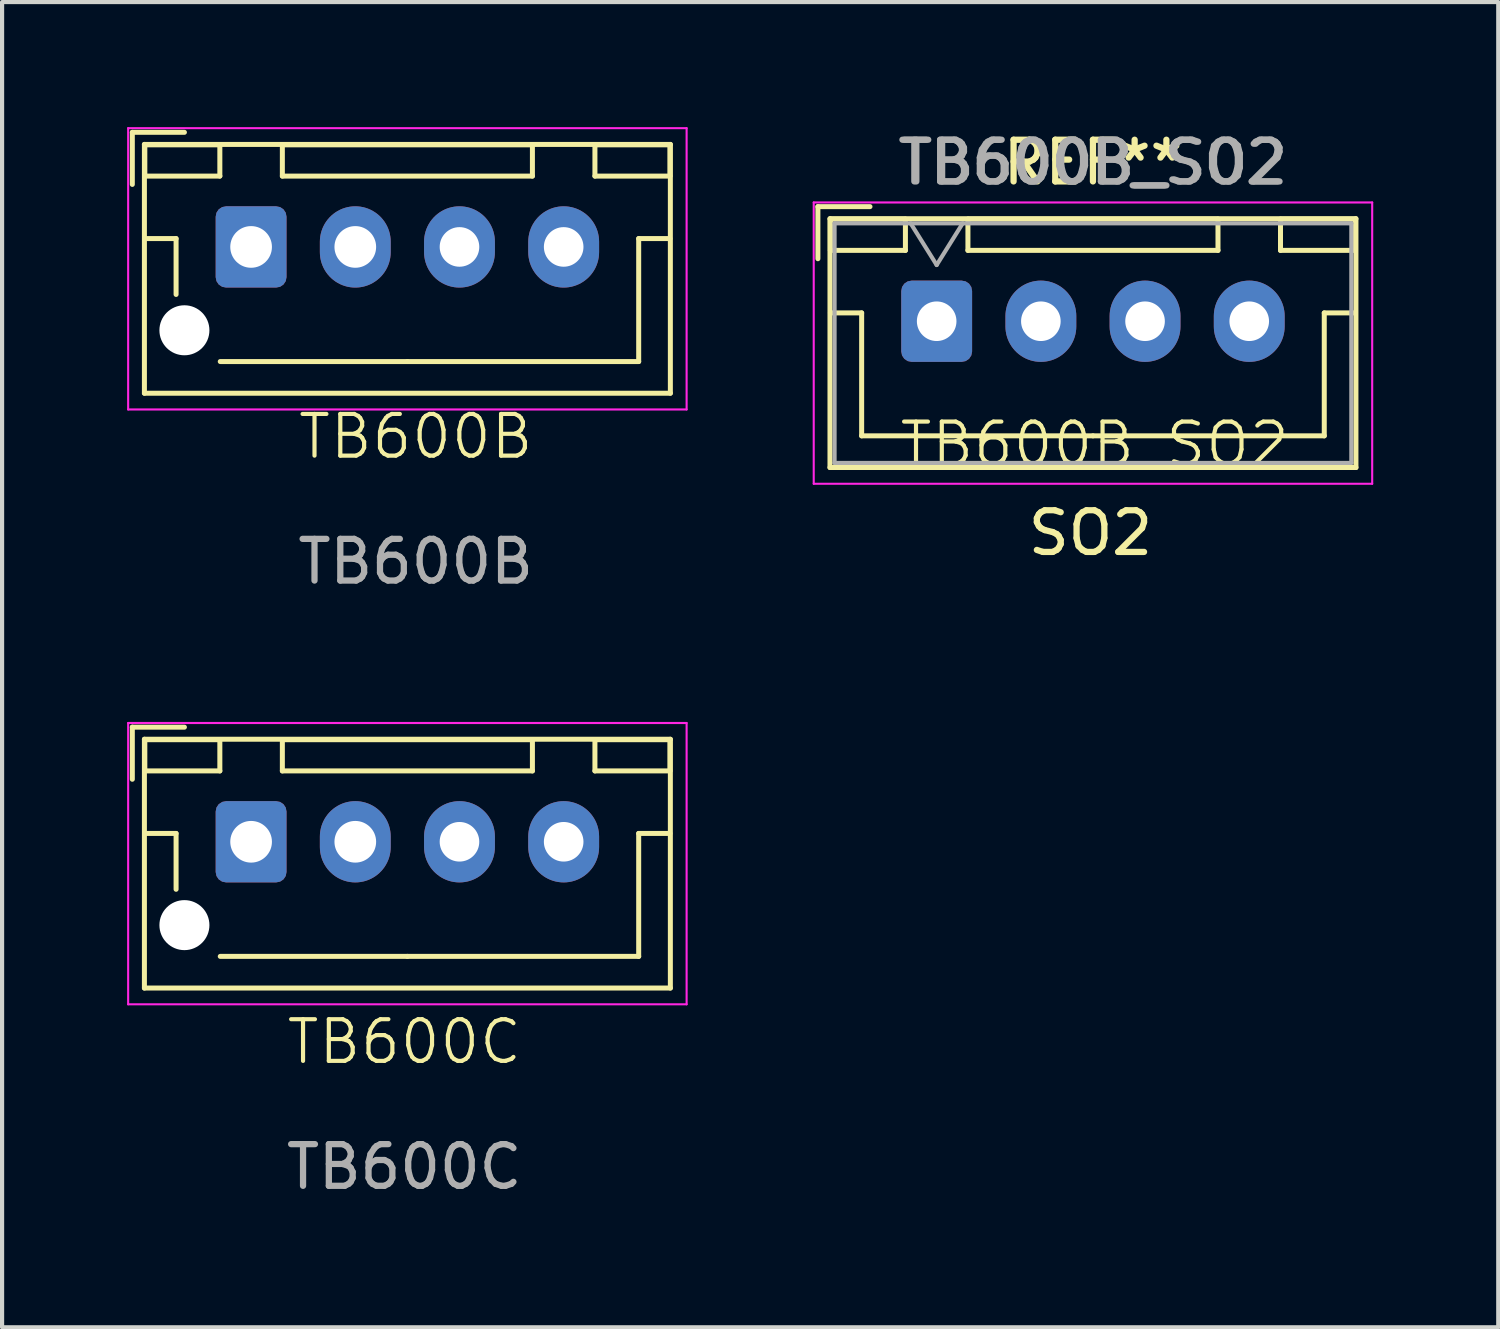
<source format=kicad_pcb>
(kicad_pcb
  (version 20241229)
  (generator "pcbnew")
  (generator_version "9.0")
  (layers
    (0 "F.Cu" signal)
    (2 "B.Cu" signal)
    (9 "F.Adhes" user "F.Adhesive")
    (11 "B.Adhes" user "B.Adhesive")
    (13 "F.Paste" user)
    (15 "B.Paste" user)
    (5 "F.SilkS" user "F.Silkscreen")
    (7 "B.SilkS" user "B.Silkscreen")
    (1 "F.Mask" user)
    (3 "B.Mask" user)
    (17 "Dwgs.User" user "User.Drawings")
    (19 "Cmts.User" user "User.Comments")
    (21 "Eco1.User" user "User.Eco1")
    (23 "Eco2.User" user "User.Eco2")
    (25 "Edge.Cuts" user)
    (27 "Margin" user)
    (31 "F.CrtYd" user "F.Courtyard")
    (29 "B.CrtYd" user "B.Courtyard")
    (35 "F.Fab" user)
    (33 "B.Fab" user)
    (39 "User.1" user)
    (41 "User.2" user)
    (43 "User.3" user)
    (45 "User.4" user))
  (footprint "TB600C"
    (layer "F.Cu")
    (at 6.65 18.748)
    (property "Reference" "TB600C" (at 0 3.2 0) (unlocked yes) (layer "F.SilkS") (effects (font (size 1 1) (thickness 0.1))))
    (attr smd)
    (fp_line (start -6.525 -4.35) (end -6.525 -3.1) (stroke (width 0.12) (type solid)) (layer "F.SilkS"))
    (fp_line (start -6.235 -4.06) (end -6.235 1.91) (stroke (width 0.12) (type solid)) (layer "F.SilkS"))
    (fp_line (start -6.235 1.91) (end 6.385 1.91) (stroke (width 0.12) (type solid)) (layer "F.SilkS"))
    (fp_line (start -6.225 -4.05) (end -6.225 -3.3) (stroke (width 0.12) (type solid)) (layer "F.SilkS"))
    (fp_line (start -6.225 -3.3) (end -4.425 -3.3) (stroke (width 0.12) (type solid)) (layer "F.SilkS"))
    (fp_line (start -6.225 -1.8) (end -5.475 -1.8) (stroke (width 0.12) (type solid)) (layer "F.SilkS"))
    (fp_line (start -5.475 -1.8) (end -5.475 -0.46) (stroke (width 0.12) (type solid)) (layer "F.SilkS"))
    (fp_line (start -5.275 -4.35) (end -6.525 -4.35) (stroke (width 0.12) (type solid)) (layer "F.SilkS"))
    (fp_line (start -4.425 -4.05) (end -6.225 -4.05) (stroke (width 0.12) (type solid)) (layer "F.SilkS"))
    (fp_line (start -4.425 -3.3) (end -4.425 -4.05) (stroke (width 0.12) (type solid)) (layer "F.SilkS"))
    (fp_line (start -2.925 -4.05) (end -2.925 -3.3) (stroke (width 0.12) (type solid)) (layer "F.SilkS"))
    (fp_line (start -2.925 -3.3) (end 3.075 -3.3) (stroke (width 0.12) (type solid)) (layer "F.SilkS"))
    (fp_line (start 0.075 1.15) (end -4.415 1.15) (stroke (width 0.12) (type solid)) (layer "F.SilkS"))
    (fp_line (start 3.075 -4.05) (end -2.925 -4.05) (stroke (width 0.12) (type solid)) (layer "F.SilkS"))
    (fp_line (start 3.075 -3.3) (end 3.075 -4.05) (stroke (width 0.12) (type solid)) (layer "F.SilkS"))
    (fp_line (start 4.575 -4.05) (end 4.575 -3.3) (stroke (width 0.12) (type solid)) (layer "F.SilkS"))
    (fp_line (start 4.575 -3.3) (end 6.375 -3.3) (stroke (width 0.12) (type solid)) (layer "F.SilkS"))
    (fp_line (start 5.625 -1.8) (end 5.625 1.15) (stroke (width 0.12) (type solid)) (layer "F.SilkS"))
    (fp_line (start 5.625 1.15) (end 0.075 1.15) (stroke (width 0.12) (type solid)) (layer "F.SilkS"))
    (fp_line (start 6.375 -4.05) (end 4.575 -4.05) (stroke (width 0.12) (type solid)) (layer "F.SilkS"))
    (fp_line (start 6.375 -3.3) (end 6.375 -4.05) (stroke (width 0.12) (type solid)) (layer "F.SilkS"))
    (fp_line (start 6.375 -1.8) (end 5.625 -1.8) (stroke (width 0.12) (type solid)) (layer "F.SilkS"))
    (fp_line (start 6.385 -4.06) (end -6.235 -4.06) (stroke (width 0.12) (type solid)) (layer "F.SilkS"))
    (fp_line (start 6.385 1.91) (end 6.385 -4.06) (stroke (width 0.12) (type solid)) (layer "F.SilkS"))
    (fp_line (start -6.625 -4.45) (end -6.625 2.3) (stroke (width 0.05) (type solid)) (layer "F.CrtYd"))
    (fp_line (start -6.625 2.3) (end 6.775 2.3) (stroke (width 0.05) (type solid)) (layer "F.CrtYd"))
    (fp_line (start 6.775 -4.45) (end -6.625 -4.45) (stroke (width 0.05) (type solid)) (layer "F.CrtYd"))
    (fp_line (start 6.775 2.3) (end 6.775 -4.45) (stroke (width 0.05) (type solid)) (layer "F.CrtYd"))
    (fp_text user "${REFERENCE}" (at 0 6.2 0) (unlocked yes) (layer "F.Fab") (effects (font (size 1 1) (thickness 0.15))))
    (pad "" np_thru_hole circle (at -5.275 0.4) (size 1.2 1.2) (drill 1.2) (layers "*.Cu" "*.Mask"))
    (pad "1" thru_hole roundrect (at -3.675 -1.6) (size 1.7 1.95) (drill 1) (layers "*.Cu" "*.Mask") (roundrect_rratio 0.147))
    (pad "2" thru_hole oval (at -1.175 -1.6) (size 1.7 1.95) (drill 1) (layers "*.Cu" "*.Mask"))
    (pad "3" thru_hole oval (at 1.325 -1.6) (size 1.7 1.95) (drill 0.95) (layers "*.Cu" "*.Mask"))
    (pad "4" thru_hole oval (at 3.825 -1.6) (size 1.7 1.95) (drill 0.95) (layers "*.Cu" "*.Mask"))
    (zone (net_name "") (layer "F.CrtYd") (hatch edge 0.5) (connect_pads) (min_thickness 0.25) (filled_areas_thickness no) (keepout (tracks not_allowed) (vias not_allowed) (pads not_allowed) (copperpour allowed) (footprints not_allowed)) (placement (enabled no)) (fill) (polygon (pts (xy 0.025 14.323) (xy 13.425 14.323) (xy 13.425 21.073) (xy 0.025 21.073)))))
  (footprint "TB600B"
    (layer "F.Cu")
    (at 6.825 4.475)
    (property "Reference" "TB600B" (at 0.1 2.95 0) (unlocked yes) (layer "F.SilkS") (effects (font (size 1 1) (thickness 0.1))))
    (attr smd)
    (fp_line (start -6.7 -4.35) (end -6.7 -3.1) (stroke (width 0.12) (type solid)) (layer "F.SilkS"))
    (fp_line (start -6.41 -4.06) (end -6.41 1.91) (stroke (width 0.12) (type solid)) (layer "F.SilkS"))
    (fp_line (start -6.41 1.91) (end 6.21 1.91) (stroke (width 0.12) (type solid)) (layer "F.SilkS"))
    (fp_line (start -6.4 -4.05) (end -6.4 -3.3) (stroke (width 0.12) (type solid)) (layer "F.SilkS"))
    (fp_line (start -6.4 -3.3) (end -4.6 -3.3) (stroke (width 0.12) (type solid)) (layer "F.SilkS"))
    (fp_line (start -6.4 -1.8) (end -5.65 -1.8) (stroke (width 0.12) (type solid)) (layer "F.SilkS"))
    (fp_line (start -5.65 -1.8) (end -5.65 -0.46) (stroke (width 0.12) (type solid)) (layer "F.SilkS"))
    (fp_line (start -5.45 -4.35) (end -6.7 -4.35) (stroke (width 0.12) (type solid)) (layer "F.SilkS"))
    (fp_line (start -4.6 -4.05) (end -6.4 -4.05) (stroke (width 0.12) (type solid)) (layer "F.SilkS"))
    (fp_line (start -4.6 -3.3) (end -4.6 -4.05) (stroke (width 0.12) (type solid)) (layer "F.SilkS"))
    (fp_line (start -3.1 -4.05) (end -3.1 -3.3) (stroke (width 0.12) (type solid)) (layer "F.SilkS"))
    (fp_line (start -3.1 -3.3) (end 2.9 -3.3) (stroke (width 0.12) (type solid)) (layer "F.SilkS"))
    (fp_line (start -0.1 1.15) (end -4.59 1.15) (stroke (width 0.12) (type solid)) (layer "F.SilkS"))
    (fp_line (start 2.9 -4.05) (end -3.1 -4.05) (stroke (width 0.12) (type solid)) (layer "F.SilkS"))
    (fp_line (start 2.9 -3.3) (end 2.9 -4.05) (stroke (width 0.12) (type solid)) (layer "F.SilkS"))
    (fp_line (start 4.4 -4.05) (end 4.4 -3.3) (stroke (width 0.12) (type solid)) (layer "F.SilkS"))
    (fp_line (start 4.4 -3.3) (end 6.2 -3.3) (stroke (width 0.12) (type solid)) (layer "F.SilkS"))
    (fp_line (start 5.45 -1.8) (end 5.45 1.15) (stroke (width 0.12) (type solid)) (layer "F.SilkS"))
    (fp_line (start 5.45 1.15) (end -0.1 1.15) (stroke (width 0.12) (type solid)) (layer "F.SilkS"))
    (fp_line (start 6.2 -4.05) (end 4.4 -4.05) (stroke (width 0.12) (type solid)) (layer "F.SilkS"))
    (fp_line (start 6.2 -3.3) (end 6.2 -4.05) (stroke (width 0.12) (type solid)) (layer "F.SilkS"))
    (fp_line (start 6.2 -1.8) (end 5.45 -1.8) (stroke (width 0.12) (type solid)) (layer "F.SilkS"))
    (fp_line (start 6.21 -4.06) (end -6.41 -4.06) (stroke (width 0.12) (type solid)) (layer "F.SilkS"))
    (fp_line (start 6.21 1.91) (end 6.21 -4.06) (stroke (width 0.12) (type solid)) (layer "F.SilkS"))
    (fp_line (start -6.8 -4.45) (end -6.8 2.3) (stroke (width 0.05) (type solid)) (layer "F.CrtYd"))
    (fp_line (start -6.8 2.3) (end 6.6 2.3) (stroke (width 0.05) (type solid)) (layer "F.CrtYd"))
    (fp_line (start 6.6 -4.45) (end -6.8 -4.45) (stroke (width 0.05) (type solid)) (layer "F.CrtYd"))
    (fp_line (start 6.6 2.3) (end 6.6 -4.45) (stroke (width 0.05) (type solid)) (layer "F.CrtYd"))
    (fp_text user "${REFERENCE}" (at 0.1 5.95 0) (unlocked yes) (layer "F.Fab") (effects (font (size 1 1) (thickness 0.15))))
    (pad "" np_thru_hole circle (at -5.45 0.4) (size 1.2 1.2) (drill 1.2) (layers "*.Cu" "*.Mask"))
    (pad "1" thru_hole roundrect (at -3.85 -1.6) (size 1.7 1.95) (drill 1) (layers "*.Cu" "*.Mask") (roundrect_rratio 0.147))
    (pad "2" thru_hole oval (at -1.35 -1.6) (size 1.7 1.95) (drill 1) (layers "*.Cu" "*.Mask"))
    (pad "3" thru_hole oval (at 1.15 -1.6) (size 1.7 1.95) (drill 0.95) (layers "*.Cu" "*.Mask"))
    (pad "4" thru_hole oval (at 3.65 -1.6) (size 1.7 1.95) (drill 0.95) (layers "*.Cu" "*.Mask"))
    (zone (net_name "") (layer "F.CrtYd") (hatch edge 0.5) (connect_pads) (min_thickness 0.25) (filled_areas_thickness no) (keepout (tracks not_allowed) (vias not_allowed) (pads not_allowed) (copperpour allowed) (footprints not_allowed)) (placement (enabled no)) (fill) (polygon (pts (xy 0.025 0.025) (xy 13.425 0.025) (xy 13.425 6.775) (xy 0.025 6.775)))))
  (footprint "TB600B_SO2"
    (layer "F.Cu")
    (at 23.115 4.658)
    (property "Reference" "TB600B_SO2" (at 0.1 2.95 0) (unlocked yes) (layer "F.SilkS") (effects (font (size 1 1) (thickness 0.1))))
    (attr smd)
    (fp_line (start -6.54 -2.75) (end -6.54 -1.5) (stroke (width 0.12) (type solid)) (layer "F.SilkS"))
    (fp_line (start -6.25 -2.46) (end -6.25 3.51) (stroke (width 0.12) (type solid)) (layer "F.SilkS"))
    (fp_line (start -6.25 3.51) (end 6.37 3.51) (stroke (width 0.12) (type solid)) (layer "F.SilkS"))
    (fp_line (start -6.24 -2.45) (end -6.24 -1.7) (stroke (width 0.12) (type solid)) (layer "F.SilkS"))
    (fp_line (start -6.24 -1.7) (end -4.44 -1.7) (stroke (width 0.12) (type solid)) (layer "F.SilkS"))
    (fp_line (start -6.24 -0.2) (end -5.49 -0.2) (stroke (width 0.12) (type solid)) (layer "F.SilkS"))
    (fp_line (start -5.49 -0.2) (end -5.49 2.75) (stroke (width 0.12) (type solid)) (layer "F.SilkS"))
    (fp_line (start -5.49 2.75) (end 0.06 2.75) (stroke (width 0.12) (type solid)) (layer "F.SilkS"))
    (fp_line (start -5.29 -2.75) (end -6.54 -2.75) (stroke (width 0.12) (type solid)) (layer "F.SilkS"))
    (fp_line (start -4.44 -2.45) (end -6.24 -2.45) (stroke (width 0.12) (type solid)) (layer "F.SilkS"))
    (fp_line (start -4.44 -1.7) (end -4.44 -2.45) (stroke (width 0.12) (type solid)) (layer "F.SilkS"))
    (fp_line (start -2.94 -2.45) (end -2.94 -1.7) (stroke (width 0.12) (type solid)) (layer "F.SilkS"))
    (fp_line (start -2.94 -1.7) (end 3.06 -1.7) (stroke (width 0.12) (type solid)) (layer "F.SilkS"))
    (fp_line (start 3.06 -2.45) (end -2.94 -2.45) (stroke (width 0.12) (type solid)) (layer "F.SilkS"))
    (fp_line (start 3.06 -1.7) (end 3.06 -2.45) (stroke (width 0.12) (type solid)) (layer "F.SilkS"))
    (fp_line (start 4.56 -2.45) (end 4.56 -1.7) (stroke (width 0.12) (type solid)) (layer "F.SilkS"))
    (fp_line (start 4.56 -1.7) (end 6.36 -1.7) (stroke (width 0.12) (type solid)) (layer "F.SilkS"))
    (fp_line (start 5.61 -0.2) (end 5.61 2.75) (stroke (width 0.12) (type solid)) (layer "F.SilkS"))
    (fp_line (start 5.61 2.75) (end 0.06 2.75) (stroke (width 0.12) (type solid)) (layer "F.SilkS"))
    (fp_line (start 6.36 -2.45) (end 4.56 -2.45) (stroke (width 0.12) (type solid)) (layer "F.SilkS"))
    (fp_line (start 6.36 -1.7) (end 6.36 -2.45) (stroke (width 0.12) (type solid)) (layer "F.SilkS"))
    (fp_line (start 6.36 -0.2) (end 5.61 -0.2) (stroke (width 0.12) (type solid)) (layer "F.SilkS"))
    (fp_line (start 6.37 -2.46) (end -6.25 -2.46) (stroke (width 0.12) (type solid)) (layer "F.SilkS"))
    (fp_line (start 6.37 3.51) (end 6.37 -2.46) (stroke (width 0.12) (type solid)) (layer "F.SilkS"))
    (fp_line (start -6.64 -2.85) (end -6.64 3.9) (stroke (width 0.05) (type solid)) (layer "F.CrtYd"))
    (fp_line (start -6.64 3.9) (end 6.76 3.9) (stroke (width 0.05) (type solid)) (layer "F.CrtYd"))
    (fp_line (start 6.76 -2.85) (end -6.64 -2.85) (stroke (width 0.05) (type solid)) (layer "F.CrtYd"))
    (fp_line (start 6.76 3.9) (end 6.76 -2.85) (stroke (width 0.05) (type solid)) (layer "F.CrtYd"))
    (fp_line (start -6.14 -2.35) (end -6.14 3.4) (stroke (width 0.1) (type solid)) (layer "F.Fab"))
    (fp_line (start -6.14 3.4) (end 6.26 3.4) (stroke (width 0.1) (type solid)) (layer "F.Fab"))
    (fp_line (start -4.315 -2.35) (end -3.69 -1.35) (stroke (width 0.1) (type solid)) (layer "F.Fab"))
    (fp_line (start -3.69 -1.35) (end -3.065 -2.35) (stroke (width 0.1) (type solid)) (layer "F.Fab"))
    (fp_line (start 6.26 -2.35) (end -6.14 -2.35) (stroke (width 0.1) (type solid)) (layer "F.Fab"))
    (fp_line (start 6.26 3.4) (end 6.26 -2.35) (stroke (width 0.1) (type solid)) (layer "F.Fab"))
    (fp_text user "REF**" (at 0.06 -3.81 0) (unlocked yes) (layer "F.SilkS") (effects (font (size 1 1) (thickness 0.15))))
    (fp_text user "SO2" (at 0 5.08 0) (unlocked yes) (layer "F.SilkS") (effects (font (size 1 1) (thickness 0.15))))
    (fp_text user "${REFERENCE}" (at 0.06 -3.81 0) (unlocked yes) (layer "F.Fab") (effects (font (size 1 1) (thickness 0.15))))
    (fp_text user "TB600B_S02" (at 0.06 -3.81 0) (unlocked yes) (layer "F.Fab") (effects (font (size 1 1) (thickness 0.15))))
    (pad "1" thru_hole roundrect (at -3.69 0) (size 1.7 1.95) (drill 0.95) (layers "*.Cu" "*.Mask") (roundrect_rratio 0.147))
    (pad "2" thru_hole oval (at -1.19 0) (size 1.7 1.95) (drill 0.95) (layers "*.Cu" "*.Mask"))
    (pad "3" thru_hole oval (at 1.31 0) (size 1.7 1.95) (drill 0.95) (layers "*.Cu" "*.Mask"))
    (pad "4" thru_hole oval (at 3.81 0) (size 1.7 1.95) (drill 0.95) (layers "*.Cu" "*.Mask")))
  (gr_rect
    (start -3 -3)
    (end 32.9 28.797)
    (stroke (width 0.1) (type default))
    (fill no)
    (layer "Edge.Cuts")))
</source>
